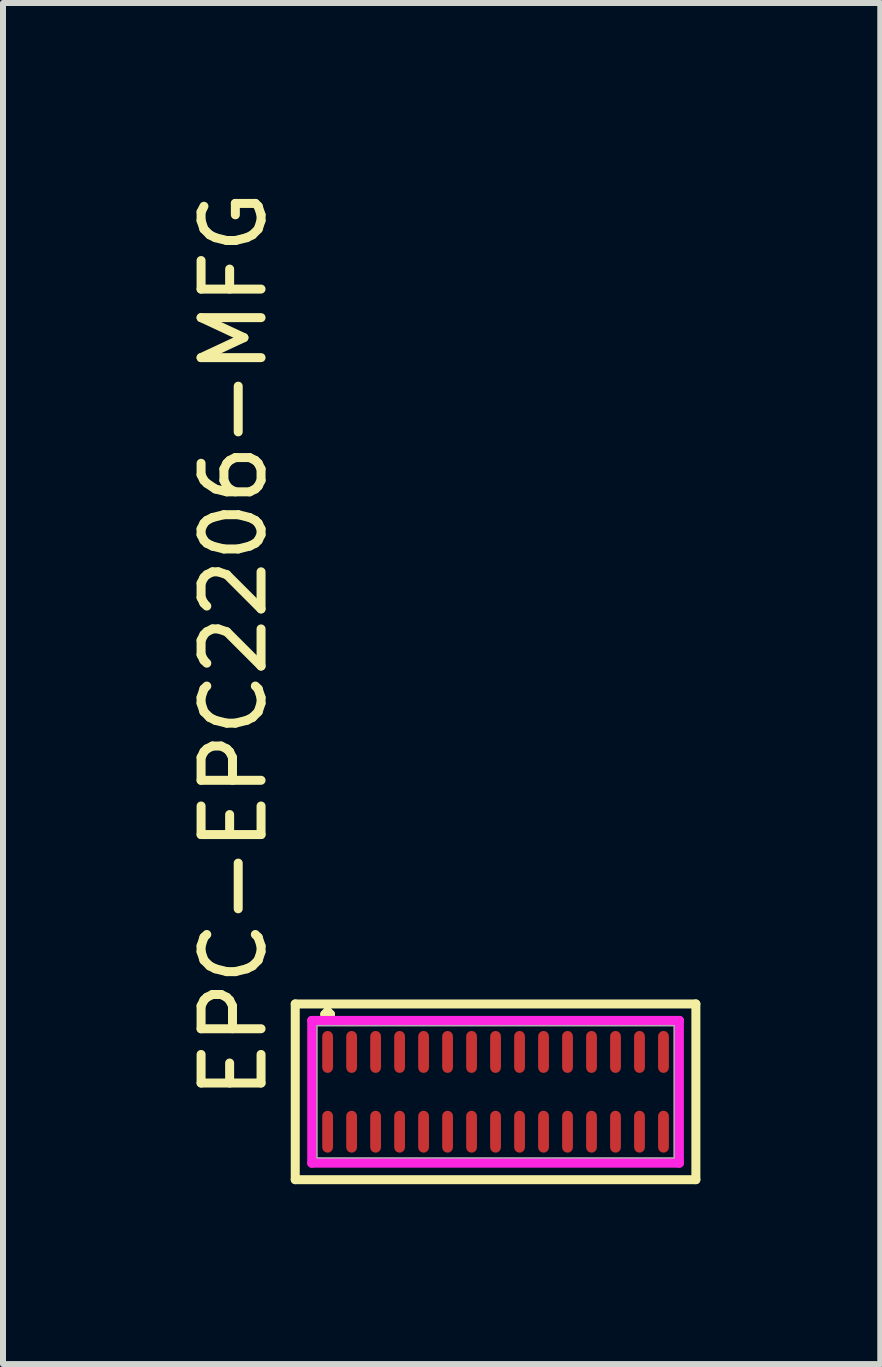
<source format=kicad_pcb>
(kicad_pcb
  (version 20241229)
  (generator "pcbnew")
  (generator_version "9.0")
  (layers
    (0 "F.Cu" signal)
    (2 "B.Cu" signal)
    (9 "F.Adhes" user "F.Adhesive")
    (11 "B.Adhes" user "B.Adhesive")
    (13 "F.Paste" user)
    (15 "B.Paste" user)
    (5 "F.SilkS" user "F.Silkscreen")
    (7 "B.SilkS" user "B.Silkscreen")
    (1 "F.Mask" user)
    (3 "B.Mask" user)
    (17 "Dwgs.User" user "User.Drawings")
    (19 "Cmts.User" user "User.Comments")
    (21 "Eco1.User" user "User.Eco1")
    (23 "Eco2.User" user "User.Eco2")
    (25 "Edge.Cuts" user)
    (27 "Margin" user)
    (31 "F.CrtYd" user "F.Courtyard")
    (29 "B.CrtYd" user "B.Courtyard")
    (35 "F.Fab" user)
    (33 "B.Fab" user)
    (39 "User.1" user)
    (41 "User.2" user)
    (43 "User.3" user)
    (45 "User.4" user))
  (footprint "EPC-EPC2206-MFG"
    (layer "F.Cu")
    (at 5.213 15.155)
    (property "Reference" "EPC-EPC2206-MFG" (at -4.365 0.19 90) (layer "F.SilkS") (effects (font (size 1 1) (thickness 0.15)) (justify left)))
    (attr through_hole)
    (fp_line (start -3.34 -1.465) (end 3.34 -1.465) (stroke (width 0.15) (type solid)) (layer "F.SilkS"))
    (fp_line (start -3.34 1.465) (end -3.34 -1.465) (stroke (width 0.15) (type solid)) (layer "F.SilkS"))
    (fp_line (start 3.34 -1.465) (end 3.34 1.465) (stroke (width 0.15) (type solid)) (layer "F.SilkS"))
    (fp_line (start 3.34 1.465) (end -3.34 1.465) (stroke (width 0.15) (type solid)) (layer "F.SilkS"))
    (fp_line (start -3.065 -1.19) (end -3.065 1.19) (stroke (width 0.15) (type solid)) (layer "F.CrtYd"))
    (fp_line (start -3.065 1.19) (end 3.065 1.19) (stroke (width 0.15) (type solid)) (layer "F.CrtYd"))
    (fp_line (start 3.065 -1.19) (end -3.065 -1.19) (stroke (width 0.15) (type solid)) (layer "F.CrtYd"))
    (fp_line (start 3.065 -1.19) (end 3.065 -1.19) (stroke (width 0.15) (type solid)) (layer "F.CrtYd"))
    (fp_line (start 3.065 1.19) (end 3.065 -1.19) (stroke (width 0.15) (type solid)) (layer "F.CrtYd"))
    (fp_line (start -3.04 -1.165) (end 3.04 -1.165) (stroke (width 0.15) (type solid)) (layer "F.Fab"))
    (fp_line (start -3.04 1.165) (end -3.04 -1.165) (stroke (width 0.15) (type solid)) (layer "F.Fab"))
    (fp_line (start 3.04 -1.165) (end 3.04 1.165) (stroke (width 0.15) (type solid)) (layer "F.Fab"))
    (fp_line (start 3.04 1.165) (end -3.04 1.165) (stroke (width 0.15) (type solid)) (layer "F.Fab"))
    (fp_text user "." (at -2.8 -1.7 0) (unlocked yes) (layer "F.SilkS") (effects (font (size 1 1) (thickness 0.15))))
    (pad "" smd roundrect (at -2.8 -0.665) (size 0.2 0.72) (layers "F.Mask" "F.Paste") (roundrect_rratio 0.5))
    (pad "" smd roundrect (at -2.8 0.665) (size 0.2 0.72) (layers "F.Mask" "F.Paste") (roundrect_rratio 0.5))
    (pad "" smd roundrect (at -2.4 -0.665) (size 0.2 0.72) (layers "F.Mask" "F.Paste") (roundrect_rratio 0.5))
    (pad "" smd roundrect (at -2.4 0.665) (size 0.2 0.72) (layers "F.Mask" "F.Paste") (roundrect_rratio 0.5))
    (pad "" smd roundrect (at -2 -0.665) (size 0.2 0.72) (layers "F.Mask" "F.Paste") (roundrect_rratio 0.5))
    (pad "" smd roundrect (at -2 0.665) (size 0.2 0.72) (layers "F.Mask" "F.Paste") (roundrect_rratio 0.5))
    (pad "" smd roundrect (at -1.6 -0.665) (size 0.2 0.72) (layers "F.Mask" "F.Paste") (roundrect_rratio 0.5))
    (pad "" smd roundrect (at -1.6 0.665) (size 0.2 0.72) (layers "F.Mask" "F.Paste") (roundrect_rratio 0.5))
    (pad "" smd roundrect (at -1.2 -0.665) (size 0.2 0.72) (layers "F.Mask" "F.Paste") (roundrect_rratio 0.5))
    (pad "" smd roundrect (at -1.2 0.665) (size 0.2 0.72) (layers "F.Mask" "F.Paste") (roundrect_rratio 0.5))
    (pad "" smd roundrect (at -0.8 -0.665) (size 0.2 0.72) (layers "F.Mask" "F.Paste") (roundrect_rratio 0.5))
    (pad "" smd roundrect (at -0.8 0.665) (size 0.2 0.72) (layers "F.Mask" "F.Paste") (roundrect_rratio 0.5))
    (pad "" smd roundrect (at -0.4 -0.665) (size 0.2 0.72) (layers "F.Mask" "F.Paste") (roundrect_rratio 0.5))
    (pad "" smd roundrect (at -0.4 0.665) (size 0.2 0.72) (layers "F.Mask" "F.Paste") (roundrect_rratio 0.5))
    (pad "" smd roundrect (at 0 -0.665) (size 0.2 0.72) (layers "F.Mask" "F.Paste") (roundrect_rratio 0.5))
    (pad "" smd roundrect (at 0 0.665) (size 0.2 0.72) (layers "F.Mask" "F.Paste") (roundrect_rratio 0.5))
    (pad "" smd roundrect (at 0.4 -0.665) (size 0.2 0.72) (layers "F.Mask" "F.Paste") (roundrect_rratio 0.5))
    (pad "" smd roundrect (at 0.4 0.665) (size 0.2 0.72) (layers "F.Mask" "F.Paste") (roundrect_rratio 0.5))
    (pad "" smd roundrect (at 0.8 -0.665) (size 0.2 0.72) (layers "F.Mask" "F.Paste") (roundrect_rratio 0.5))
    (pad "" smd roundrect (at 0.8 0.665) (size 0.2 0.72) (layers "F.Mask" "F.Paste") (roundrect_rratio 0.5))
    (pad "" smd roundrect (at 1.2 -0.665) (size 0.2 0.72) (layers "F.Mask" "F.Paste") (roundrect_rratio 0.5))
    (pad "" smd roundrect (at 1.2 0.665) (size 0.2 0.72) (layers "F.Mask" "F.Paste") (roundrect_rratio 0.5))
    (pad "" smd roundrect (at 1.6 -0.665) (size 0.2 0.72) (layers "F.Mask" "F.Paste") (roundrect_rratio 0.5))
    (pad "" smd roundrect (at 1.6 0.665) (size 0.2 0.72) (layers "F.Mask" "F.Paste") (roundrect_rratio 0.5))
    (pad "" smd roundrect (at 2 -0.665) (size 0.2 0.72) (layers "F.Mask" "F.Paste") (roundrect_rratio 0.5))
    (pad "" smd roundrect (at 2 0.665) (size 0.2 0.72) (layers "F.Mask" "F.Paste") (roundrect_rratio 0.5))
    (pad "" smd roundrect (at 2.4 -0.665) (size 0.2 0.72) (layers "F.Mask" "F.Paste") (roundrect_rratio 0.5))
    (pad "" smd roundrect (at 2.4 0.665) (size 0.2 0.72) (layers "F.Mask" "F.Paste") (roundrect_rratio 0.5))
    (pad "" smd roundrect (at 2.8 -0.665) (size 0.2 0.72) (layers "F.Mask" "F.Paste") (roundrect_rratio 0.5))
    (pad "" smd roundrect (at 2.8 0.665) (size 0.2 0.72) (layers "F.Mask" "F.Paste") (roundrect_rratio 0.5))
    (pad "1" smd roundrect (at -2.8 -0.665) (size 0.18 0.7) (layers "F.Cu") (roundrect_rratio 0.5))
    (pad "2" smd roundrect (at -2.8 0.665) (size 0.18 0.7) (layers "F.Cu") (roundrect_rratio 0.5))
    (pad "3" smd roundrect (at -2.4 -0.665) (size 0.18 0.7) (layers "F.Cu") (roundrect_rratio 0.5))
    (pad "4" smd roundrect (at -2.4 0.665) (size 0.18 0.7) (layers "F.Cu") (roundrect_rratio 0.5))
    (pad "5" smd roundrect (at -2 -0.665) (size 0.18 0.7) (layers "F.Cu") (roundrect_rratio 0.5))
    (pad "6" smd roundrect (at -2 0.665) (size 0.18 0.7) (layers "F.Cu") (roundrect_rratio 0.5))
    (pad "7" smd roundrect (at -1.6 -0.665) (size 0.18 0.7) (layers "F.Cu") (roundrect_rratio 0.5))
    (pad "8" smd roundrect (at -1.6 0.665) (size 0.18 0.7) (layers "F.Cu") (roundrect_rratio 0.5))
    (pad "9" smd roundrect (at -1.2 -0.665) (size 0.18 0.7) (layers "F.Cu") (roundrect_rratio 0.5))
    (pad "10" smd roundrect (at -1.2 0.665) (size 0.18 0.7) (layers "F.Cu") (roundrect_rratio 0.5))
    (pad "11" smd roundrect (at -0.8 -0.665) (size 0.18 0.7) (layers "F.Cu") (roundrect_rratio 0.5))
    (pad "12" smd roundrect (at -0.8 0.665) (size 0.18 0.7) (layers "F.Cu") (roundrect_rratio 0.5))
    (pad "13" smd roundrect (at -0.4 -0.665) (size 0.18 0.7) (layers "F.Cu") (roundrect_rratio 0.5))
    (pad "14" smd roundrect (at -0.4 0.665) (size 0.18 0.7) (layers "F.Cu") (roundrect_rratio 0.5))
    (pad "15" smd roundrect (at 0 -0.665) (size 0.18 0.7) (layers "F.Cu") (roundrect_rratio 0.5))
    (pad "16" smd roundrect (at 0 0.665) (size 0.18 0.7) (layers "F.Cu") (roundrect_rratio 0.5))
    (pad "17" smd roundrect (at 0.4 -0.665) (size 0.18 0.7) (layers "F.Cu") (roundrect_rratio 0.5))
    (pad "18" smd roundrect (at 0.4 0.665) (size 0.18 0.7) (layers "F.Cu") (roundrect_rratio 0.5))
    (pad "19" smd roundrect (at 0.8 -0.665) (size 0.18 0.7) (layers "F.Cu") (roundrect_rratio 0.5))
    (pad "20" smd roundrect (at 0.8 0.665) (size 0.18 0.7) (layers "F.Cu") (roundrect_rratio 0.5))
    (pad "21" smd roundrect (at 1.2 -0.665) (size 0.18 0.7) (layers "F.Cu") (roundrect_rratio 0.5))
    (pad "22" smd roundrect (at 1.2 0.665) (size 0.18 0.7) (layers "F.Cu") (roundrect_rratio 0.5))
    (pad "23" smd roundrect (at 1.6 -0.665) (size 0.18 0.7) (layers "F.Cu") (roundrect_rratio 0.5))
    (pad "24" smd roundrect (at 1.6 0.665) (size 0.18 0.7) (layers "F.Cu") (roundrect_rratio 0.5))
    (pad "25" smd roundrect (at 2 -0.665) (size 0.18 0.7) (layers "F.Cu") (roundrect_rratio 0.5))
    (pad "26" smd roundrect (at 2 0.665) (size 0.18 0.7) (layers "F.Cu") (roundrect_rratio 0.5))
    (pad "27" smd roundrect (at 2.4 -0.665) (size 0.18 0.7) (layers "F.Cu") (roundrect_rratio 0.5))
    (pad "28" smd roundrect (at 2.4 0.665) (size 0.18 0.7) (layers "F.Cu") (roundrect_rratio 0.5))
    (pad "29" smd roundrect (at 2.8 -0.665) (size 0.18 0.7) (layers "F.Cu") (roundrect_rratio 0.5))
    (pad "30" smd roundrect (at 2.8 0.665) (size 0.18 0.7) (layers "F.Cu") (roundrect_rratio 0.5)))
  (gr_rect
    (start -3 -3)
    (end 11.628 19.695)
    (stroke (width 0.1) (type default))
    (fill no)
    (layer "Edge.Cuts")))
</source>
